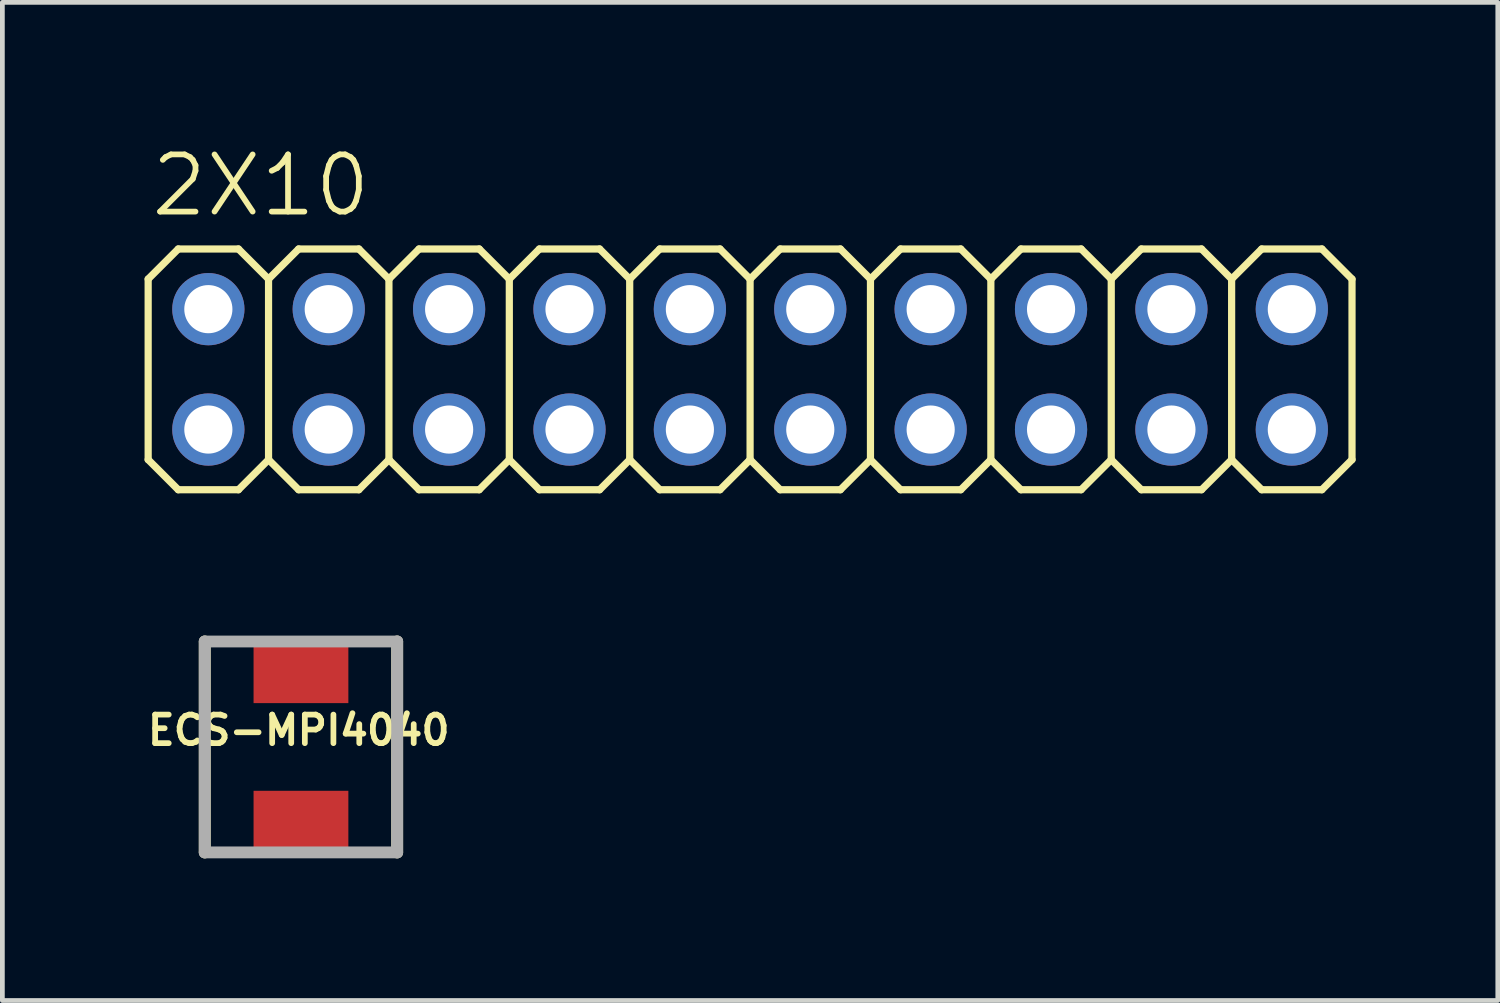
<source format=kicad_pcb>
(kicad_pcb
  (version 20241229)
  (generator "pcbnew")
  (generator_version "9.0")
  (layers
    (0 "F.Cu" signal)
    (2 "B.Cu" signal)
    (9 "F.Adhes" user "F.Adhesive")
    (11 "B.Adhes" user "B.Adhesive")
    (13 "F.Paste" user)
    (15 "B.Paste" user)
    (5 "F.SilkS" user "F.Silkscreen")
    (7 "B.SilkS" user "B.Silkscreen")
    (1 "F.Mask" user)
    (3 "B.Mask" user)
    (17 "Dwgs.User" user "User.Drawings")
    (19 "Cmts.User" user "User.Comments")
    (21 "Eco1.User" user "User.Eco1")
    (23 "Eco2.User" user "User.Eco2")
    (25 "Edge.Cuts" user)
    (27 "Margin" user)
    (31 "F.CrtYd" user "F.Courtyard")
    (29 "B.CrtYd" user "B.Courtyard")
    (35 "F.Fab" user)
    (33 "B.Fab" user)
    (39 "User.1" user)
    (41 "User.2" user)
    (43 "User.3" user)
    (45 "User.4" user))
  (footprint "ECS-MPI4040"
    (layer "F.Cu")
    (at 3.3 12.71)
    (property "Reference" "ECS-MPI4040" (at -3.3 0 0) (layer "F.SilkS") (effects (font (size 0.603 0.603) (thickness 0.121)) (justify left bottom)))
    (attr through_hole)
    (fp_line (start -2.03 -2.225) (end -2.03 2.225) (stroke (width 0.25) (type solid)) (layer "F.SilkS"))
    (fp_line (start 2.03 -2.225) (end 2.03 2.225) (stroke (width 0.25) (type solid)) (layer "F.SilkS"))
    (fp_line (start -2.03 -2.225) (end -2.03 2.225) (stroke (width 0.25) (type solid)) (layer "F.Fab"))
    (fp_line (start 2.03 -2.225) (end -2.03 -2.225) (stroke (width 0.25) (type solid)) (layer "F.Fab"))
    (fp_line (start 2.03 -2.225) (end 2.03 2.225) (stroke (width 0.25) (type solid)) (layer "F.Fab"))
    (fp_line (start 2.03 2.225) (end -2.03 2.225) (stroke (width 0.25) (type solid)) (layer "F.Fab"))
    (pad "1" smd rect (at 0 -1.575) (size 2 1.3) (layers "F.Cu" "F.Mask" "F.Paste"))
    (pad "2" smd rect (at 0 1.575) (size 2 1.3) (layers "F.Cu" "F.Mask" "F.Paste")))
  (footprint "2X10"
    (layer "F.Cu")
    (at 12.776 4.743)
    (property "Reference" "2X10" (at -12.7 -3.175 0) (layer "F.SilkS") (effects (font (size 1.206 1.206) (thickness 0.121)) (justify left bottom)))
    (attr through_hole)
    (fp_line (start -12.7 -1.905) (end -12.065 -2.54) (stroke (width 0.152) (type solid)) (layer "F.SilkS"))
    (fp_line (start -12.7 1.905) (end -12.7 -1.905) (stroke (width 0.152) (type solid)) (layer "F.SilkS"))
    (fp_line (start -12.7 1.905) (end -12.065 2.54) (stroke (width 0.152) (type solid)) (layer "F.SilkS"))
    (fp_line (start -12.065 -2.54) (end -10.795 -2.54) (stroke (width 0.152) (type solid)) (layer "F.SilkS"))
    (fp_line (start -12.065 2.54) (end -10.795 2.54) (stroke (width 0.152) (type solid)) (layer "F.SilkS"))
    (fp_line (start -10.795 -2.54) (end -10.16 -1.905) (stroke (width 0.152) (type solid)) (layer "F.SilkS"))
    (fp_line (start -10.795 2.54) (end -10.16 1.905) (stroke (width 0.152) (type solid)) (layer "F.SilkS"))
    (fp_line (start -10.16 -1.905) (end -10.16 1.905) (stroke (width 0.152) (type solid)) (layer "F.SilkS"))
    (fp_line (start -10.16 -1.905) (end -9.525 -2.54) (stroke (width 0.152) (type solid)) (layer "F.SilkS"))
    (fp_line (start -10.16 1.905) (end -9.525 2.54) (stroke (width 0.152) (type solid)) (layer "F.SilkS"))
    (fp_line (start -9.525 -2.54) (end -8.255 -2.54) (stroke (width 0.152) (type solid)) (layer "F.SilkS"))
    (fp_line (start -9.525 2.54) (end -8.255 2.54) (stroke (width 0.152) (type solid)) (layer "F.SilkS"))
    (fp_line (start -8.255 -2.54) (end -7.62 -1.905) (stroke (width 0.152) (type solid)) (layer "F.SilkS"))
    (fp_line (start -8.255 2.54) (end -7.62 1.905) (stroke (width 0.152) (type solid)) (layer "F.SilkS"))
    (fp_line (start -7.62 -1.905) (end -7.62 1.905) (stroke (width 0.152) (type solid)) (layer "F.SilkS"))
    (fp_line (start -7.62 -1.905) (end -6.985 -2.54) (stroke (width 0.152) (type solid)) (layer "F.SilkS"))
    (fp_line (start -7.62 1.905) (end -6.985 2.54) (stroke (width 0.152) (type solid)) (layer "F.SilkS"))
    (fp_line (start -6.985 -2.54) (end -5.715 -2.54) (stroke (width 0.152) (type solid)) (layer "F.SilkS"))
    (fp_line (start -6.985 2.54) (end -5.715 2.54) (stroke (width 0.152) (type solid)) (layer "F.SilkS"))
    (fp_line (start -5.715 -2.54) (end -5.08 -1.905) (stroke (width 0.152) (type solid)) (layer "F.SilkS"))
    (fp_line (start -5.715 2.54) (end -5.08 1.905) (stroke (width 0.152) (type solid)) (layer "F.SilkS"))
    (fp_line (start -5.08 -1.905) (end -5.08 1.905) (stroke (width 0.152) (type solid)) (layer "F.SilkS"))
    (fp_line (start -5.08 -1.905) (end -4.445 -2.54) (stroke (width 0.152) (type solid)) (layer "F.SilkS"))
    (fp_line (start -5.08 1.905) (end -4.445 2.54) (stroke (width 0.152) (type solid)) (layer "F.SilkS"))
    (fp_line (start -4.445 -2.54) (end -3.175 -2.54) (stroke (width 0.152) (type solid)) (layer "F.SilkS"))
    (fp_line (start -4.445 2.54) (end -3.175 2.54) (stroke (width 0.152) (type solid)) (layer "F.SilkS"))
    (fp_line (start -3.175 -2.54) (end -2.54 -1.905) (stroke (width 0.152) (type solid)) (layer "F.SilkS"))
    (fp_line (start -3.175 2.54) (end -2.54 1.905) (stroke (width 0.152) (type solid)) (layer "F.SilkS"))
    (fp_line (start -2.54 -1.905) (end -2.54 1.905) (stroke (width 0.152) (type solid)) (layer "F.SilkS"))
    (fp_line (start -2.54 -1.905) (end -1.905 -2.54) (stroke (width 0.152) (type solid)) (layer "F.SilkS"))
    (fp_line (start -2.54 1.905) (end -1.905 2.54) (stroke (width 0.152) (type solid)) (layer "F.SilkS"))
    (fp_line (start -1.905 -2.54) (end -0.635 -2.54) (stroke (width 0.152) (type solid)) (layer "F.SilkS"))
    (fp_line (start -1.905 2.54) (end -0.635 2.54) (stroke (width 0.152) (type solid)) (layer "F.SilkS"))
    (fp_line (start -0.635 -2.54) (end 0 -1.905) (stroke (width 0.152) (type solid)) (layer "F.SilkS"))
    (fp_line (start -0.635 2.54) (end 0 1.905) (stroke (width 0.152) (type solid)) (layer "F.SilkS"))
    (fp_line (start 0 -1.905) (end 0 1.905) (stroke (width 0.152) (type solid)) (layer "F.SilkS"))
    (fp_line (start 0 -1.905) (end 0.635 -2.54) (stroke (width 0.152) (type solid)) (layer "F.SilkS"))
    (fp_line (start 0 1.905) (end 0.635 2.54) (stroke (width 0.152) (type solid)) (layer "F.SilkS"))
    (fp_line (start 0.635 -2.54) (end 1.905 -2.54) (stroke (width 0.152) (type solid)) (layer "F.SilkS"))
    (fp_line (start 0.635 2.54) (end 1.905 2.54) (stroke (width 0.152) (type solid)) (layer "F.SilkS"))
    (fp_line (start 1.905 -2.54) (end 2.54 -1.905) (stroke (width 0.152) (type solid)) (layer "F.SilkS"))
    (fp_line (start 1.905 2.54) (end 2.54 1.905) (stroke (width 0.152) (type solid)) (layer "F.SilkS"))
    (fp_line (start 2.54 -1.905) (end 2.54 1.905) (stroke (width 0.152) (type solid)) (layer "F.SilkS"))
    (fp_line (start 2.54 -1.905) (end 3.175 -2.54) (stroke (width 0.152) (type solid)) (layer "F.SilkS"))
    (fp_line (start 2.54 1.905) (end 3.175 2.54) (stroke (width 0.152) (type solid)) (layer "F.SilkS"))
    (fp_line (start 3.175 -2.54) (end 4.445 -2.54) (stroke (width 0.152) (type solid)) (layer "F.SilkS"))
    (fp_line (start 3.175 2.54) (end 4.445 2.54) (stroke (width 0.152) (type solid)) (layer "F.SilkS"))
    (fp_line (start 4.445 -2.54) (end 5.08 -1.905) (stroke (width 0.152) (type solid)) (layer "F.SilkS"))
    (fp_line (start 5.08 -1.905) (end 5.08 1.905) (stroke (width 0.152) (type solid)) (layer "F.SilkS"))
    (fp_line (start 5.08 -1.905) (end 5.715 -2.54) (stroke (width 0.152) (type solid)) (layer "F.SilkS"))
    (fp_line (start 5.08 1.905) (end 4.445 2.54) (stroke (width 0.152) (type solid)) (layer "F.SilkS"))
    (fp_line (start 5.08 1.905) (end 5.715 2.54) (stroke (width 0.152) (type solid)) (layer "F.SilkS"))
    (fp_line (start 5.715 -2.54) (end 6.985 -2.54) (stroke (width 0.152) (type solid)) (layer "F.SilkS"))
    (fp_line (start 5.715 2.54) (end 6.985 2.54) (stroke (width 0.152) (type solid)) (layer "F.SilkS"))
    (fp_line (start 6.985 -2.54) (end 7.62 -1.905) (stroke (width 0.152) (type solid)) (layer "F.SilkS"))
    (fp_line (start 7.62 -1.905) (end 7.62 1.905) (stroke (width 0.152) (type solid)) (layer "F.SilkS"))
    (fp_line (start 7.62 -1.905) (end 8.255 -2.54) (stroke (width 0.152) (type solid)) (layer "F.SilkS"))
    (fp_line (start 7.62 1.905) (end 6.985 2.54) (stroke (width 0.152) (type solid)) (layer "F.SilkS"))
    (fp_line (start 7.62 1.905) (end 8.255 2.54) (stroke (width 0.152) (type solid)) (layer "F.SilkS"))
    (fp_line (start 8.255 -2.54) (end 9.525 -2.54) (stroke (width 0.152) (type solid)) (layer "F.SilkS"))
    (fp_line (start 8.255 2.54) (end 9.525 2.54) (stroke (width 0.152) (type solid)) (layer "F.SilkS"))
    (fp_line (start 9.525 -2.54) (end 10.16 -1.905) (stroke (width 0.152) (type solid)) (layer "F.SilkS"))
    (fp_line (start 10.16 -1.905) (end 10.16 1.905) (stroke (width 0.152) (type solid)) (layer "F.SilkS"))
    (fp_line (start 10.16 -1.905) (end 10.795 -2.54) (stroke (width 0.152) (type solid)) (layer "F.SilkS"))
    (fp_line (start 10.16 1.905) (end 9.525 2.54) (stroke (width 0.152) (type solid)) (layer "F.SilkS"))
    (fp_line (start 10.16 1.905) (end 10.795 2.54) (stroke (width 0.152) (type solid)) (layer "F.SilkS"))
    (fp_line (start 10.795 -2.54) (end 12.065 -2.54) (stroke (width 0.152) (type solid)) (layer "F.SilkS"))
    (fp_line (start 10.795 2.54) (end 12.065 2.54) (stroke (width 0.152) (type solid)) (layer "F.SilkS"))
    (fp_line (start 12.065 -2.54) (end 12.7 -1.905) (stroke (width 0.152) (type solid)) (layer "F.SilkS"))
    (fp_line (start 12.7 -1.905) (end 12.7 1.905) (stroke (width 0.152) (type solid)) (layer "F.SilkS"))
    (fp_line (start 12.7 1.905) (end 12.065 2.54) (stroke (width 0.152) (type solid)) (layer "F.SilkS"))
    (fp_poly (pts (xy -11.684 -1.016) (xy -11.176 -1.016) (xy -11.176 -1.524) (xy -11.684 -1.524)) (stroke (width 0.1) (type solid)) (fill no) (layer "F.Fab"))
    (fp_poly (pts (xy -11.684 1.524) (xy -11.176 1.524) (xy -11.176 1.016) (xy -11.684 1.016)) (stroke (width 0.1) (type solid)) (fill no) (layer "F.Fab"))
    (fp_poly (pts (xy -9.144 -1.016) (xy -8.636 -1.016) (xy -8.636 -1.524) (xy -9.144 -1.524)) (stroke (width 0.1) (type solid)) (fill no) (layer "F.Fab"))
    (fp_poly (pts (xy -9.144 1.524) (xy -8.636 1.524) (xy -8.636 1.016) (xy -9.144 1.016)) (stroke (width 0.1) (type solid)) (fill no) (layer "F.Fab"))
    (fp_poly (pts (xy -6.604 -1.016) (xy -6.096 -1.016) (xy -6.096 -1.524) (xy -6.604 -1.524)) (stroke (width 0.1) (type solid)) (fill no) (layer "F.Fab"))
    (fp_poly (pts (xy -6.604 1.524) (xy -6.096 1.524) (xy -6.096 1.016) (xy -6.604 1.016)) (stroke (width 0.1) (type solid)) (fill no) (layer "F.Fab"))
    (fp_poly (pts (xy -4.064 -1.016) (xy -3.556 -1.016) (xy -3.556 -1.524) (xy -4.064 -1.524)) (stroke (width 0.1) (type solid)) (fill no) (layer "F.Fab"))
    (fp_poly (pts (xy -4.064 1.524) (xy -3.556 1.524) (xy -3.556 1.016) (xy -4.064 1.016)) (stroke (width 0.1) (type solid)) (fill no) (layer "F.Fab"))
    (fp_poly (pts (xy -1.524 -1.016) (xy -1.016 -1.016) (xy -1.016 -1.524) (xy -1.524 -1.524)) (stroke (width 0.1) (type solid)) (fill no) (layer "F.Fab"))
    (fp_poly (pts (xy -1.524 1.524) (xy -1.016 1.524) (xy -1.016 1.016) (xy -1.524 1.016)) (stroke (width 0.1) (type solid)) (fill no) (layer "F.Fab"))
    (fp_poly (pts (xy 1.016 -1.016) (xy 1.524 -1.016) (xy 1.524 -1.524) (xy 1.016 -1.524)) (stroke (width 0.1) (type solid)) (fill no) (layer "F.Fab"))
    (fp_poly (pts (xy 1.016 1.524) (xy 1.524 1.524) (xy 1.524 1.016) (xy 1.016 1.016)) (stroke (width 0.1) (type solid)) (fill no) (layer "F.Fab"))
    (fp_poly (pts (xy 3.556 -1.016) (xy 4.064 -1.016) (xy 4.064 -1.524) (xy 3.556 -1.524)) (stroke (width 0.1) (type solid)) (fill no) (layer "F.Fab"))
    (fp_poly (pts (xy 3.556 1.524) (xy 4.064 1.524) (xy 4.064 1.016) (xy 3.556 1.016)) (stroke (width 0.1) (type solid)) (fill no) (layer "F.Fab"))
    (fp_poly (pts (xy 6.096 -1.016) (xy 6.604 -1.016) (xy 6.604 -1.524) (xy 6.096 -1.524)) (stroke (width 0.1) (type solid)) (fill no) (layer "F.Fab"))
    (fp_poly (pts (xy 6.096 1.524) (xy 6.604 1.524) (xy 6.604 1.016) (xy 6.096 1.016)) (stroke (width 0.1) (type solid)) (fill no) (layer "F.Fab"))
    (fp_poly (pts (xy 8.636 -1.016) (xy 9.144 -1.016) (xy 9.144 -1.524) (xy 8.636 -1.524)) (stroke (width 0.1) (type solid)) (fill no) (layer "F.Fab"))
    (fp_poly (pts (xy 8.636 1.524) (xy 9.144 1.524) (xy 9.144 1.016) (xy 8.636 1.016)) (stroke (width 0.1) (type solid)) (fill no) (layer "F.Fab"))
    (fp_poly (pts (xy 11.176 -1.016) (xy 11.684 -1.016) (xy 11.684 -1.524) (xy 11.176 -1.524)) (stroke (width 0.1) (type solid)) (fill no) (layer "F.Fab"))
    (fp_poly (pts (xy 11.176 1.524) (xy 11.684 1.524) (xy 11.684 1.016) (xy 11.176 1.016)) (stroke (width 0.1) (type solid)) (fill no) (layer "F.Fab"))
    (pad "1" thru_hole circle (at -11.43 1.27) (size 1.524 1.524) (drill 1.016) (layers "*.Cu" "*.Mask"))
    (pad "2" thru_hole circle (at -11.43 -1.27) (size 1.524 1.524) (drill 1.016) (layers "*.Cu" "*.Mask"))
    (pad "3" thru_hole circle (at -8.89 1.27) (size 1.524 1.524) (drill 1.016) (layers "*.Cu" "*.Mask"))
    (pad "4" thru_hole circle (at -8.89 -1.27) (size 1.524 1.524) (drill 1.016) (layers "*.Cu" "*.Mask"))
    (pad "5" thru_hole circle (at -6.35 1.27) (size 1.524 1.524) (drill 1.016) (layers "*.Cu" "*.Mask"))
    (pad "6" thru_hole circle (at -6.35 -1.27) (size 1.524 1.524) (drill 1.016) (layers "*.Cu" "*.Mask"))
    (pad "7" thru_hole circle (at -3.81 1.27) (size 1.524 1.524) (drill 1.016) (layers "*.Cu" "*.Mask"))
    (pad "8" thru_hole circle (at -3.81 -1.27) (size 1.524 1.524) (drill 1.016) (layers "*.Cu" "*.Mask"))
    (pad "9" thru_hole circle (at -1.27 1.27) (size 1.524 1.524) (drill 1.016) (layers "*.Cu" "*.Mask"))
    (pad "10" thru_hole circle (at -1.27 -1.27) (size 1.524 1.524) (drill 1.016) (layers "*.Cu" "*.Mask"))
    (pad "11" thru_hole circle (at 1.27 1.27) (size 1.524 1.524) (drill 1.016) (layers "*.Cu" "*.Mask"))
    (pad "12" thru_hole circle (at 1.27 -1.27) (size 1.524 1.524) (drill 1.016) (layers "*.Cu" "*.Mask"))
    (pad "13" thru_hole circle (at 3.81 1.27) (size 1.524 1.524) (drill 1.016) (layers "*.Cu" "*.Mask"))
    (pad "14" thru_hole circle (at 3.81 -1.27) (size 1.524 1.524) (drill 1.016) (layers "*.Cu" "*.Mask"))
    (pad "15" thru_hole circle (at 6.35 1.27) (size 1.524 1.524) (drill 1.016) (layers "*.Cu" "*.Mask"))
    (pad "16" thru_hole circle (at 6.35 -1.27) (size 1.524 1.524) (drill 1.016) (layers "*.Cu" "*.Mask"))
    (pad "17" thru_hole circle (at 8.89 1.27) (size 1.524 1.524) (drill 1.016) (layers "*.Cu" "*.Mask"))
    (pad "18" thru_hole circle (at 8.89 -1.27) (size 1.524 1.524) (drill 1.016) (layers "*.Cu" "*.Mask"))
    (pad "19" thru_hole circle (at 11.43 1.27) (size 1.524 1.524) (drill 1.016) (layers "*.Cu" "*.Mask"))
    (pad "20" thru_hole circle (at 11.43 -1.27) (size 1.524 1.524) (drill 1.016) (layers "*.Cu" "*.Mask")))
  (gr_rect
    (start -3 -3)
    (end 28.552 18.06)
    (stroke (width 0.1) (type default))
    (fill no)
    (layer "Edge.Cuts")))
</source>
